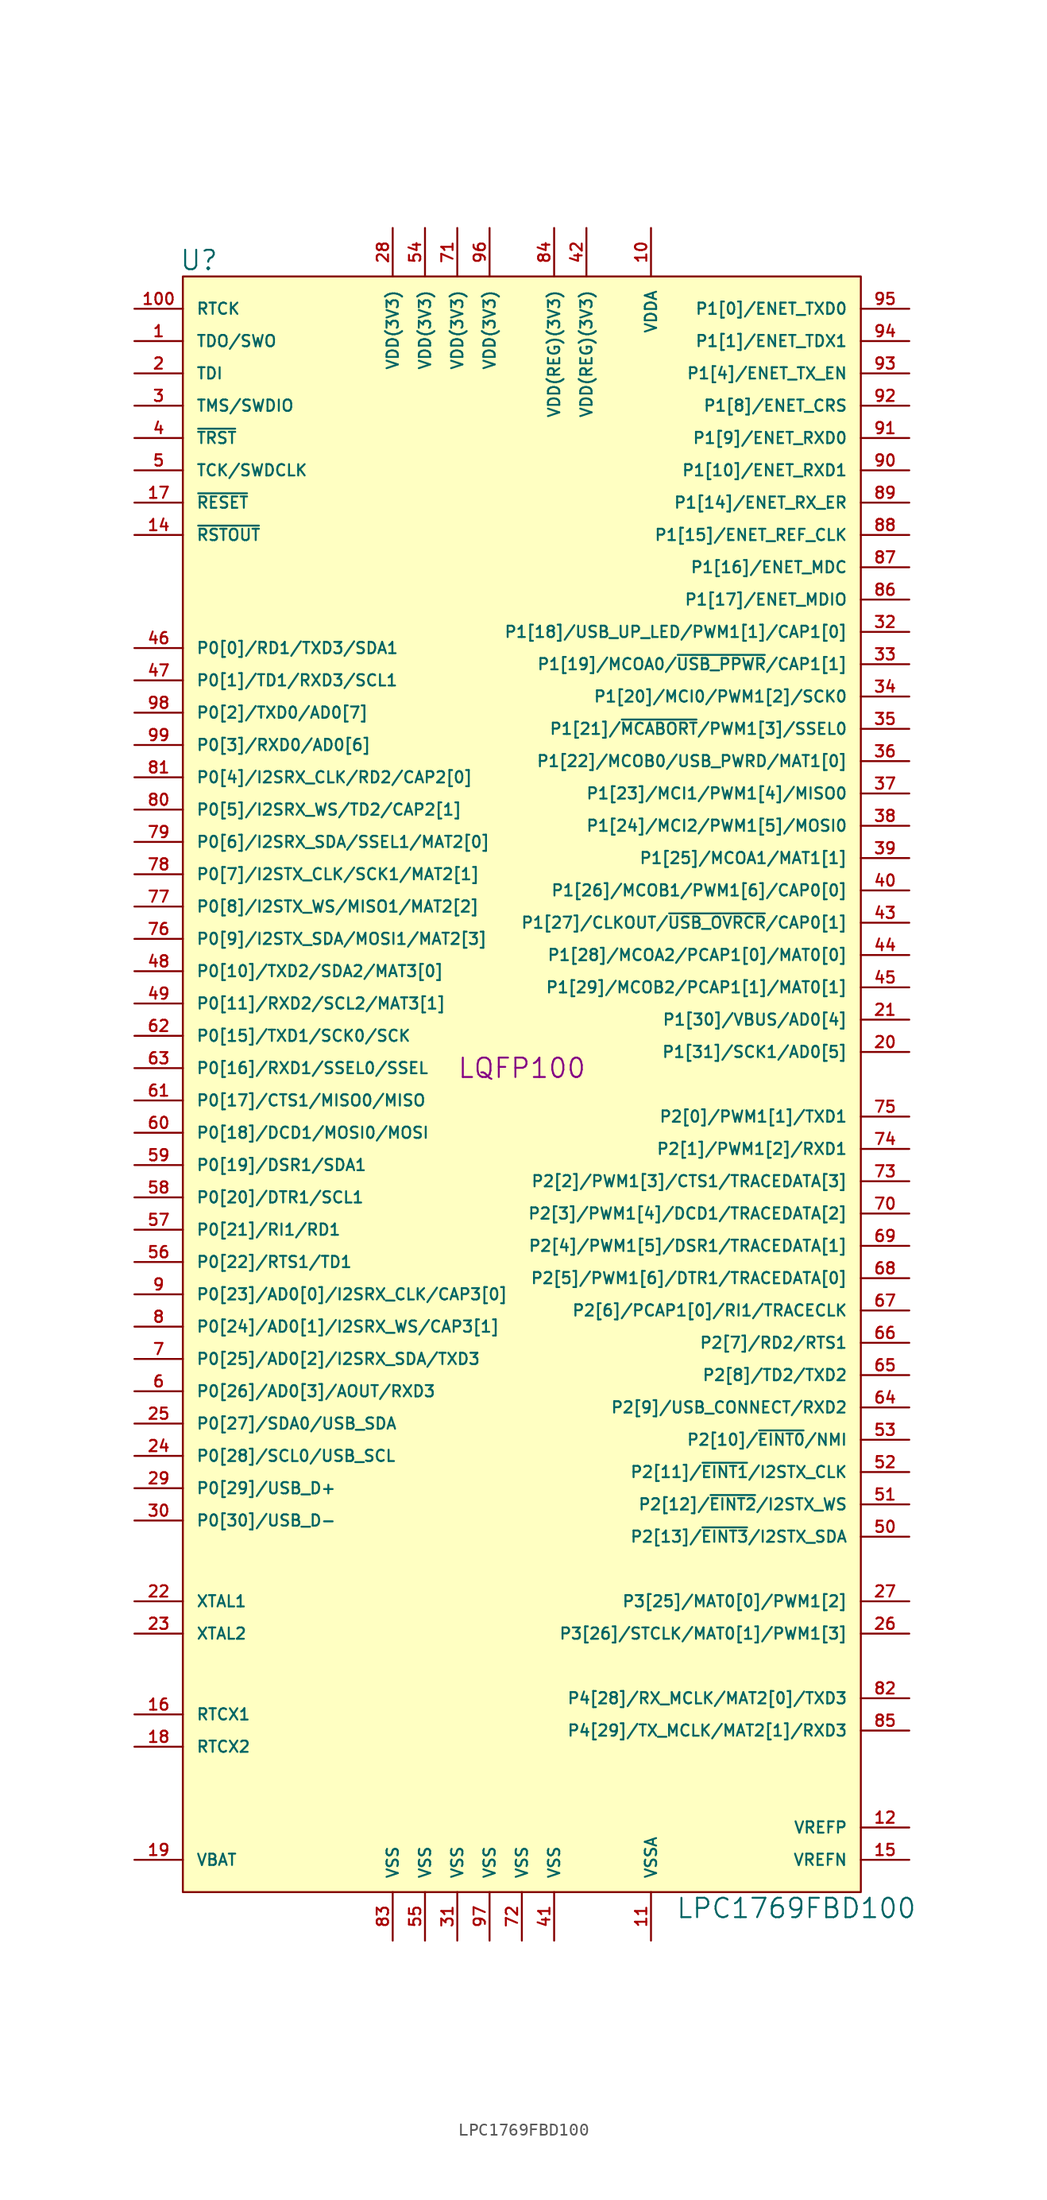
<source format=kicad_sym>
(kicad_symbol_lib
  (version 20231120)
  (generator "kicad_symbol_editor")
  (generator_version "8.0")
  (symbol "LPC1769FBD100"
    (pin_names
      (offset 1.016))
    (property "Reference" "U"
      (at -25.4 63.5 0)
      (effects (font (size 1.524 1.524))))
    (property "Value" "LPC1769FBD100"
      (at 21.59 -66.04 0)
      (effects (font (size 1.524 1.524))))
    (property "Footprint" "LQFP100"
      (at 0 0 0)
      (effects (font (size 1.524 1.524))))
    (property "Datasheet" ""
      (at 0 0 0)
      (effects (font (size 1.524 1.524))))
    (symbol "LPC1769FBD100_0_1"
      (rectangle (start -26.67 62.23) (end 26.67 -64.77) (stroke (width 0) (type solid)) (fill (type background))))
    (symbol "LPC1769FBD100_1_1"
      (pin output line (at -30.48 57.15 0) (length 3.81) (name "TDO/SWO" (effects (font (size 0.889 0.889)))) (number "1" (effects (font (size 0.889 0.889)))))
      (pin input line (at 10.16 66.04 270) (length 3.81) (name "VDDA" (effects (font (size 0.889 0.889)))) (number "10" (effects (font (size 0.889 0.889)))))
      (pin output line (at -30.48 59.69 0) (length 3.81) (name "RTCK" (effects (font (size 0.889 0.889)))) (number "100" (effects (font (size 0.889 0.889)))))
      (pin power_in line (at 10.16 -68.58 90) (length 3.81) (name "VSSA" (effects (font (size 0.889 0.889)))) (number "11" (effects (font (size 0.889 0.889)))))
      (pin power_in line (at 30.48 -59.69 180) (length 3.81) (name "VREFP" (effects (font (size 0.889 0.889)))) (number "12" (effects (font (size 0.889 0.889)))))
      (pin output line (at -30.48 41.91 0) (length 3.81) (name "~{RSTOUT}" (effects (font (size 0.889 0.889)))) (number "14" (effects (font (size 0.889 0.889)))))
      (pin power_in line (at 30.48 -62.23 180) (length 3.81) (name "VREFN" (effects (font (size 0.889 0.889)))) (number "15" (effects (font (size 0.889 0.889)))))
      (pin input line (at -30.48 -50.8 0) (length 3.81) (name "RTCX1" (effects (font (size 0.889 0.889)))) (number "16" (effects (font (size 0.889 0.889)))))
      (pin input line (at -30.48 44.45 0) (length 3.81) (name "~{RESET}" (effects (font (size 0.889 0.889)))) (number "17" (effects (font (size 0.889 0.889)))))
      (pin output line (at -30.48 -53.34 0) (length 3.81) (name "RTCX2" (effects (font (size 0.889 0.889)))) (number "18" (effects (font (size 0.889 0.889)))))
      (pin input line (at -30.48 -62.23 0) (length 3.81) (name "VBAT" (effects (font (size 0.889 0.889)))) (number "19" (effects (font (size 0.889 0.889)))))
      (pin input line (at -30.48 54.61 0) (length 3.81) (name "TDI" (effects (font (size 0.889 0.889)))) (number "2" (effects (font (size 0.889 0.889)))))
      (pin bidirectional line (at 30.48 1.27 180) (length 3.81) (name "P1[31]/SCK1/AD0[5]" (effects (font (size 0.889 0.889)))) (number "20" (effects (font (size 0.889 0.889)))))
      (pin bidirectional line (at 30.48 3.81 180) (length 3.81) (name "P1[30]/VBUS/AD0[4]" (effects (font (size 0.889 0.889)))) (number "21" (effects (font (size 0.889 0.889)))))
      (pin input line (at -30.48 -41.91 0) (length 3.81) (name "XTAL1" (effects (font (size 0.889 0.889)))) (number "22" (effects (font (size 0.889 0.889)))))
      (pin input line (at -30.48 -44.45 0) (length 3.81) (name "XTAL2" (effects (font (size 0.889 0.889)))) (number "23" (effects (font (size 0.889 0.889)))))
      (pin bidirectional line (at -30.48 -30.48 0) (length 3.81) (name "P0[28]/SCL0/USB_SCL" (effects (font (size 0.889 0.889)))) (number "24" (effects (font (size 0.889 0.889)))))
      (pin bidirectional line (at -30.48 -27.94 0) (length 3.81) (name "P0[27]/SDA0/USB_SDA" (effects (font (size 0.889 0.889)))) (number "25" (effects (font (size 0.889 0.889)))))
      (pin bidirectional line (at 30.48 -44.45 180) (length 3.81) (name "P3[26]/STCLK/MAT0[1]/PWM1[3]" (effects (font (size 0.889 0.889)))) (number "26" (effects (font (size 0.889 0.889)))))
      (pin bidirectional line (at 30.48 -41.91 180) (length 3.81) (name "P3[25]/MAT0[0]/PWM1[2]" (effects (font (size 0.889 0.889)))) (number "27" (effects (font (size 0.889 0.889)))))
      (pin power_in line (at -10.16 66.04 270) (length 3.81) (name "VDD(3V3)" (effects (font (size 0.889 0.889)))) (number "28" (effects (font (size 0.889 0.889)))))
      (pin bidirectional line (at -30.48 -33.02 0) (length 3.81) (name "P0[29]/USB_D+" (effects (font (size 0.889 0.889)))) (number "29" (effects (font (size 0.889 0.889)))))
      (pin bidirectional line (at -30.48 52.07 0) (length 3.81) (name "TMS/SWDIO" (effects (font (size 0.889 0.889)))) (number "3" (effects (font (size 0.889 0.889)))))
      (pin bidirectional line (at -30.48 -35.56 0) (length 3.81) (name "P0[30]/USB_D-" (effects (font (size 0.889 0.889)))) (number "30" (effects (font (size 0.889 0.889)))))
      (pin power_in line (at -5.08 -68.58 90) (length 3.81) (name "VSS" (effects (font (size 0.889 0.889)))) (number "31" (effects (font (size 0.889 0.889)))))
      (pin bidirectional line (at 30.48 34.29 180) (length 3.81) (name "P1[18]/USB_UP_LED/PWM1[1]/CAP1[0]" (effects (font (size 0.889 0.889)))) (number "32" (effects (font (size 0.889 0.889)))))
      (pin bidirectional line (at 30.48 31.75 180) (length 3.81) (name "P1[19]/MCOA0/~{USB_PPWR}/CAP1[1]" (effects (font (size 0.889 0.889)))) (number "33" (effects (font (size 0.889 0.889)))))
      (pin bidirectional line (at 30.48 29.21 180) (length 3.81) (name "P1[20]/MCI0/PWM1[2]/SCK0" (effects (font (size 0.889 0.889)))) (number "34" (effects (font (size 0.889 0.889)))))
      (pin bidirectional line (at 30.48 26.67 180) (length 3.81) (name "P1[21]/~{MCABORT}/PWM1[3]/SSEL0" (effects (font (size 0.889 0.889)))) (number "35" (effects (font (size 0.889 0.889)))))
      (pin bidirectional line (at 30.48 24.13 180) (length 3.81) (name "P1[22]/MCOB0/USB_PWRD/MAT1[0]" (effects (font (size 0.889 0.889)))) (number "36" (effects (font (size 0.889 0.889)))))
      (pin bidirectional line (at 30.48 21.59 180) (length 3.81) (name "P1[23]/MCI1/PWM1[4]/MISO0" (effects (font (size 0.889 0.889)))) (number "37" (effects (font (size 0.889 0.889)))))
      (pin bidirectional line (at 30.48 19.05 180) (length 3.81) (name "P1[24]/MCI2/PWM1[5]/MOSI0" (effects (font (size 0.889 0.889)))) (number "38" (effects (font (size 0.889 0.889)))))
      (pin bidirectional line (at 30.48 16.51 180) (length 3.81) (name "P1[25]/MCOA1/MAT1[1]" (effects (font (size 0.889 0.889)))) (number "39" (effects (font (size 0.889 0.889)))))
      (pin input line (at -30.48 49.53 0) (length 3.81) (name "~{TRST}" (effects (font (size 0.889 0.889)))) (number "4" (effects (font (size 0.889 0.889)))))
      (pin bidirectional line (at 30.48 13.97 180) (length 3.81) (name "P1[26]/MCOB1/PWM1[6]/CAP0[0]" (effects (font (size 0.889 0.889)))) (number "40" (effects (font (size 0.889 0.889)))))
      (pin power_in line (at 2.54 -68.58 90) (length 3.81) (name "VSS" (effects (font (size 0.889 0.889)))) (number "41" (effects (font (size 0.889 0.889)))))
      (pin power_in line (at 5.08 66.04 270) (length 3.81) (name "VDD(REG)(3V3)" (effects (font (size 0.889 0.889)))) (number "42" (effects (font (size 0.889 0.889)))))
      (pin bidirectional line (at 30.48 11.43 180) (length 3.81) (name "P1[27]/CLKOUT/~{USB_OVRCR}/CAP0[1]" (effects (font (size 0.889 0.889)))) (number "43" (effects (font (size 0.889 0.889)))))
      (pin bidirectional line (at 30.48 8.89 180) (length 3.81) (name "P1[28]/MCOA2/PCAP1[0]/MAT0[0]" (effects (font (size 0.889 0.889)))) (number "44" (effects (font (size 0.889 0.889)))))
      (pin bidirectional line (at 30.48 6.35 180) (length 3.81) (name "P1[29]/MCOB2/PCAP1[1]/MAT0[1]" (effects (font (size 0.889 0.889)))) (number "45" (effects (font (size 0.889 0.889)))))
      (pin bidirectional line (at -30.48 33.02 0) (length 3.81) (name "P0[0]/RD1/TXD3/SDA1" (effects (font (size 0.889 0.889)))) (number "46" (effects (font (size 0.889 0.889)))))
      (pin bidirectional line (at -30.48 30.48 0) (length 3.81) (name "P0[1]/TD1/RXD3/SCL1" (effects (font (size 0.889 0.889)))) (number "47" (effects (font (size 0.889 0.889)))))
      (pin bidirectional line (at -30.48 7.62 0) (length 3.81) (name "P0[10]/TXD2/SDA2/MAT3[0]" (effects (font (size 0.889 0.889)))) (number "48" (effects (font (size 0.889 0.889)))))
      (pin bidirectional line (at -30.48 5.08 0) (length 3.81) (name "P0[11]/RXD2/SCL2/MAT3[1]" (effects (font (size 0.889 0.889)))) (number "49" (effects (font (size 0.889 0.889)))))
      (pin input line (at -30.48 46.99 0) (length 3.81) (name "TCK/SWDCLK" (effects (font (size 0.889 0.889)))) (number "5" (effects (font (size 0.889 0.889)))))
      (pin bidirectional line (at 30.48 -36.83 180) (length 3.81) (name "P2[13]/~{EINT3}/I2STX_SDA" (effects (font (size 0.889 0.889)))) (number "50" (effects (font (size 0.889 0.889)))))
      (pin bidirectional line (at 30.48 -34.29 180) (length 3.81) (name "P2[12]/~{EINT2}/I2STX_WS" (effects (font (size 0.889 0.889)))) (number "51" (effects (font (size 0.889 0.889)))))
      (pin bidirectional line (at 30.48 -31.75 180) (length 3.81) (name "P2[11]/~{EINT1}/I2STX_CLK" (effects (font (size 0.889 0.889)))) (number "52" (effects (font (size 0.889 0.889)))))
      (pin bidirectional line (at 30.48 -29.21 180) (length 3.81) (name "P2[10]/~{EINT0}/NMI" (effects (font (size 0.889 0.889)))) (number "53" (effects (font (size 0.889 0.889)))))
      (pin power_in line (at -7.62 66.04 270) (length 3.81) (name "VDD(3V3)" (effects (font (size 0.889 0.889)))) (number "54" (effects (font (size 0.889 0.889)))))
      (pin power_in line (at -7.62 -68.58 90) (length 3.81) (name "VSS" (effects (font (size 0.889 0.889)))) (number "55" (effects (font (size 0.889 0.889)))))
      (pin bidirectional line (at -30.48 -15.24 0) (length 3.81) (name "P0[22]/RTS1/TD1" (effects (font (size 0.889 0.889)))) (number "56" (effects (font (size 0.889 0.889)))))
      (pin bidirectional line (at -30.48 -12.7 0) (length 3.81) (name "P0[21]/RI1/RD1" (effects (font (size 0.889 0.889)))) (number "57" (effects (font (size 0.889 0.889)))))
      (pin bidirectional line (at -30.48 -10.16 0) (length 3.81) (name "P0[20]/DTR1/SCL1" (effects (font (size 0.889 0.889)))) (number "58" (effects (font (size 0.889 0.889)))))
      (pin bidirectional line (at -30.48 -7.62 0) (length 3.81) (name "P0[19]/DSR1/SDA1" (effects (font (size 0.889 0.889)))) (number "59" (effects (font (size 0.889 0.889)))))
      (pin bidirectional line (at -30.48 -25.4 0) (length 3.81) (name "P0[26]/AD0[3]/AOUT/RXD3" (effects (font (size 0.889 0.889)))) (number "6" (effects (font (size 0.889 0.889)))))
      (pin bidirectional line (at -30.48 -5.08 0) (length 3.81) (name "P0[18]/DCD1/MOSI0/MOSI" (effects (font (size 0.889 0.889)))) (number "60" (effects (font (size 0.889 0.889)))))
      (pin bidirectional line (at -30.48 -2.54 0) (length 3.81) (name "P0[17]/CTS1/MISO0/MISO" (effects (font (size 0.889 0.889)))) (number "61" (effects (font (size 0.889 0.889)))))
      (pin bidirectional line (at -30.48 2.54 0) (length 3.81) (name "P0[15]/TXD1/SCK0/SCK" (effects (font (size 0.889 0.889)))) (number "62" (effects (font (size 0.889 0.889)))))
      (pin bidirectional line (at -30.48 0 0) (length 3.81) (name "P0[16]/RXD1/SSEL0/SSEL" (effects (font (size 0.889 0.889)))) (number "63" (effects (font (size 0.889 0.889)))))
      (pin bidirectional line (at 30.48 -26.67 180) (length 3.81) (name "P2[9]/USB_CONNECT/RXD2" (effects (font (size 0.889 0.889)))) (number "64" (effects (font (size 0.889 0.889)))))
      (pin bidirectional line (at 30.48 -24.13 180) (length 3.81) (name "P2[8]/TD2/TXD2" (effects (font (size 0.889 0.889)))) (number "65" (effects (font (size 0.889 0.889)))))
      (pin bidirectional line (at 30.48 -21.59 180) (length 3.81) (name "P2[7]/RD2/RTS1" (effects (font (size 0.889 0.889)))) (number "66" (effects (font (size 0.889 0.889)))))
      (pin bidirectional line (at 30.48 -19.05 180) (length 3.81) (name "P2[6]/PCAP1[0]/RI1/TRACECLK" (effects (font (size 0.889 0.889)))) (number "67" (effects (font (size 0.889 0.889)))))
      (pin bidirectional line (at 30.48 -16.51 180) (length 3.81) (name "P2[5]/PWM1[6]/DTR1/TRACEDATA[0]" (effects (font (size 0.889 0.889)))) (number "68" (effects (font (size 0.889 0.889)))))
      (pin bidirectional line (at 30.48 -13.97 180) (length 3.81) (name "P2[4]/PWM1[5]/DSR1/TRACEDATA[1]" (effects (font (size 0.889 0.889)))) (number "69" (effects (font (size 0.889 0.889)))))
      (pin bidirectional line (at -30.48 -22.86 0) (length 3.81) (name "P0[25]/AD0[2]/I2SRX_SDA/TXD3" (effects (font (size 0.889 0.889)))) (number "7" (effects (font (size 0.889 0.889)))))
      (pin bidirectional line (at 30.48 -11.43 180) (length 3.81) (name "P2[3]/PWM1[4]/DCD1/TRACEDATA[2]" (effects (font (size 0.889 0.889)))) (number "70" (effects (font (size 0.889 0.889)))))
      (pin power_in line (at -5.08 66.04 270) (length 3.81) (name "VDD(3V3)" (effects (font (size 0.889 0.889)))) (number "71" (effects (font (size 0.889 0.889)))))
      (pin power_in line (at 0 -68.58 90) (length 3.81) (name "VSS" (effects (font (size 0.889 0.889)))) (number "72" (effects (font (size 0.889 0.889)))))
      (pin bidirectional line (at 30.48 -8.89 180) (length 3.81) (name "P2[2]/PWM1[3]/CTS1/TRACEDATA[3]" (effects (font (size 0.889 0.889)))) (number "73" (effects (font (size 0.889 0.889)))))
      (pin bidirectional line (at 30.48 -6.35 180) (length 3.81) (name "P2[1]/PWM1[2]/RXD1" (effects (font (size 0.889 0.889)))) (number "74" (effects (font (size 0.889 0.889)))))
      (pin bidirectional line (at 30.48 -3.81 180) (length 3.81) (name "P2[0]/PWM1[1]/TXD1" (effects (font (size 0.889 0.889)))) (number "75" (effects (font (size 0.889 0.889)))))
      (pin bidirectional line (at -30.48 10.16 0) (length 3.81) (name "P0[9]/I2STX_SDA/MOSI1/MAT2[3]" (effects (font (size 0.889 0.889)))) (number "76" (effects (font (size 0.889 0.889)))))
      (pin bidirectional line (at -30.48 12.7 0) (length 3.81) (name "P0[8]/I2STX_WS/MISO1/MAT2[2]" (effects (font (size 0.889 0.889)))) (number "77" (effects (font (size 0.889 0.889)))))
      (pin bidirectional line (at -30.48 15.24 0) (length 3.81) (name "P0[7]/I2STX_CLK/SCK1/MAT2[1]" (effects (font (size 0.889 0.889)))) (number "78" (effects (font (size 0.889 0.889)))))
      (pin bidirectional line (at -30.48 17.78 0) (length 3.81) (name "P0[6]/I2SRX_SDA/SSEL1/MAT2[0]" (effects (font (size 0.889 0.889)))) (number "79" (effects (font (size 0.889 0.889)))))
      (pin bidirectional line (at -30.48 -20.32 0) (length 3.81) (name "P0[24]/AD0[1]/I2SRX_WS/CAP3[1]" (effects (font (size 0.889 0.889)))) (number "8" (effects (font (size 0.889 0.889)))))
      (pin bidirectional line (at -30.48 20.32 0) (length 3.81) (name "P0[5]/I2SRX_WS/TD2/CAP2[1]" (effects (font (size 0.889 0.889)))) (number "80" (effects (font (size 0.889 0.889)))))
      (pin bidirectional line (at -30.48 22.86 0) (length 3.81) (name "P0[4]/I2SRX_CLK/RD2/CAP2[0]" (effects (font (size 0.889 0.889)))) (number "81" (effects (font (size 0.889 0.889)))))
      (pin bidirectional line (at 30.48 -49.53 180) (length 3.81) (name "P4[28]/RX_MCLK/MAT2[0]/TXD3" (effects (font (size 0.889 0.889)))) (number "82" (effects (font (size 0.889 0.889)))))
      (pin power_in line (at -10.16 -68.58 90) (length 3.81) (name "VSS" (effects (font (size 0.889 0.889)))) (number "83" (effects (font (size 0.889 0.889)))))
      (pin power_in line (at 2.54 66.04 270) (length 3.81) (name "VDD(REG)(3V3)" (effects (font (size 0.889 0.889)))) (number "84" (effects (font (size 0.889 0.889)))))
      (pin bidirectional line (at 30.48 -52.07 180) (length 3.81) (name "P4[29]/TX_MCLK/MAT2[1]/RXD3" (effects (font (size 0.889 0.889)))) (number "85" (effects (font (size 0.889 0.889)))))
      (pin bidirectional line (at 30.48 36.83 180) (length 3.81) (name "P1[17]/ENET_MDIO" (effects (font (size 0.889 0.889)))) (number "86" (effects (font (size 0.889 0.889)))))
      (pin bidirectional line (at 30.48 39.37 180) (length 3.81) (name "P1[16]/ENET_MDC" (effects (font (size 0.889 0.889)))) (number "87" (effects (font (size 0.889 0.889)))))
      (pin bidirectional line (at 30.48 41.91 180) (length 3.81) (name "P1[15]/ENET_REF_CLK" (effects (font (size 0.889 0.889)))) (number "88" (effects (font (size 0.889 0.889)))))
      (pin bidirectional line (at 30.48 44.45 180) (length 3.81) (name "P1[14]/ENET_RX_ER" (effects (font (size 0.889 0.889)))) (number "89" (effects (font (size 0.889 0.889)))))
      (pin bidirectional line (at -30.48 -17.78 0) (length 3.81) (name "P0[23]/AD0[0]/I2SRX_CLK/CAP3[0]" (effects (font (size 0.889 0.889)))) (number "9" (effects (font (size 0.889 0.889)))))
      (pin bidirectional line (at 30.48 46.99 180) (length 3.81) (name "P1[10]/ENET_RXD1" (effects (font (size 0.889 0.889)))) (number "90" (effects (font (size 0.889 0.889)))))
      (pin bidirectional line (at 30.48 49.53 180) (length 3.81) (name "P1[9]/ENET_RXD0" (effects (font (size 0.889 0.889)))) (number "91" (effects (font (size 0.889 0.889)))))
      (pin bidirectional line (at 30.48 52.07 180) (length 3.81) (name "P1[8]/ENET_CRS" (effects (font (size 0.889 0.889)))) (number "92" (effects (font (size 0.889 0.889)))))
      (pin bidirectional line (at 30.48 54.61 180) (length 3.81) (name "P1[4]/ENET_TX_EN" (effects (font (size 0.889 0.889)))) (number "93" (effects (font (size 0.889 0.889)))))
      (pin bidirectional line (at 30.48 57.15 180) (length 3.81) (name "P1[1]/ENET_TDX1" (effects (font (size 0.889 0.889)))) (number "94" (effects (font (size 0.889 0.889)))))
      (pin bidirectional line (at 30.48 59.69 180) (length 3.81) (name "P1[0]/ENET_TXD0" (effects (font (size 0.889 0.889)))) (number "95" (effects (font (size 0.889 0.889)))))
      (pin power_in line (at -2.54 66.04 270) (length 3.81) (name "VDD(3V3)" (effects (font (size 0.889 0.889)))) (number "96" (effects (font (size 0.889 0.889)))))
      (pin power_in line (at -2.54 -68.58 90) (length 3.81) (name "VSS" (effects (font (size 0.889 0.889)))) (number "97" (effects (font (size 0.889 0.889)))))
      (pin bidirectional line (at -30.48 27.94 0) (length 3.81) (name "P0[2]/TXD0/AD0[7]" (effects (font (size 0.889 0.889)))) (number "98" (effects (font (size 0.889 0.889)))))
      (pin bidirectional line (at -30.48 25.4 0) (length 3.81) (name "P0[3]/RXD0/AD0[6]" (effects (font (size 0.889 0.889)))) (number "99" (effects (font (size 0.889 0.889))))))))
</source>
